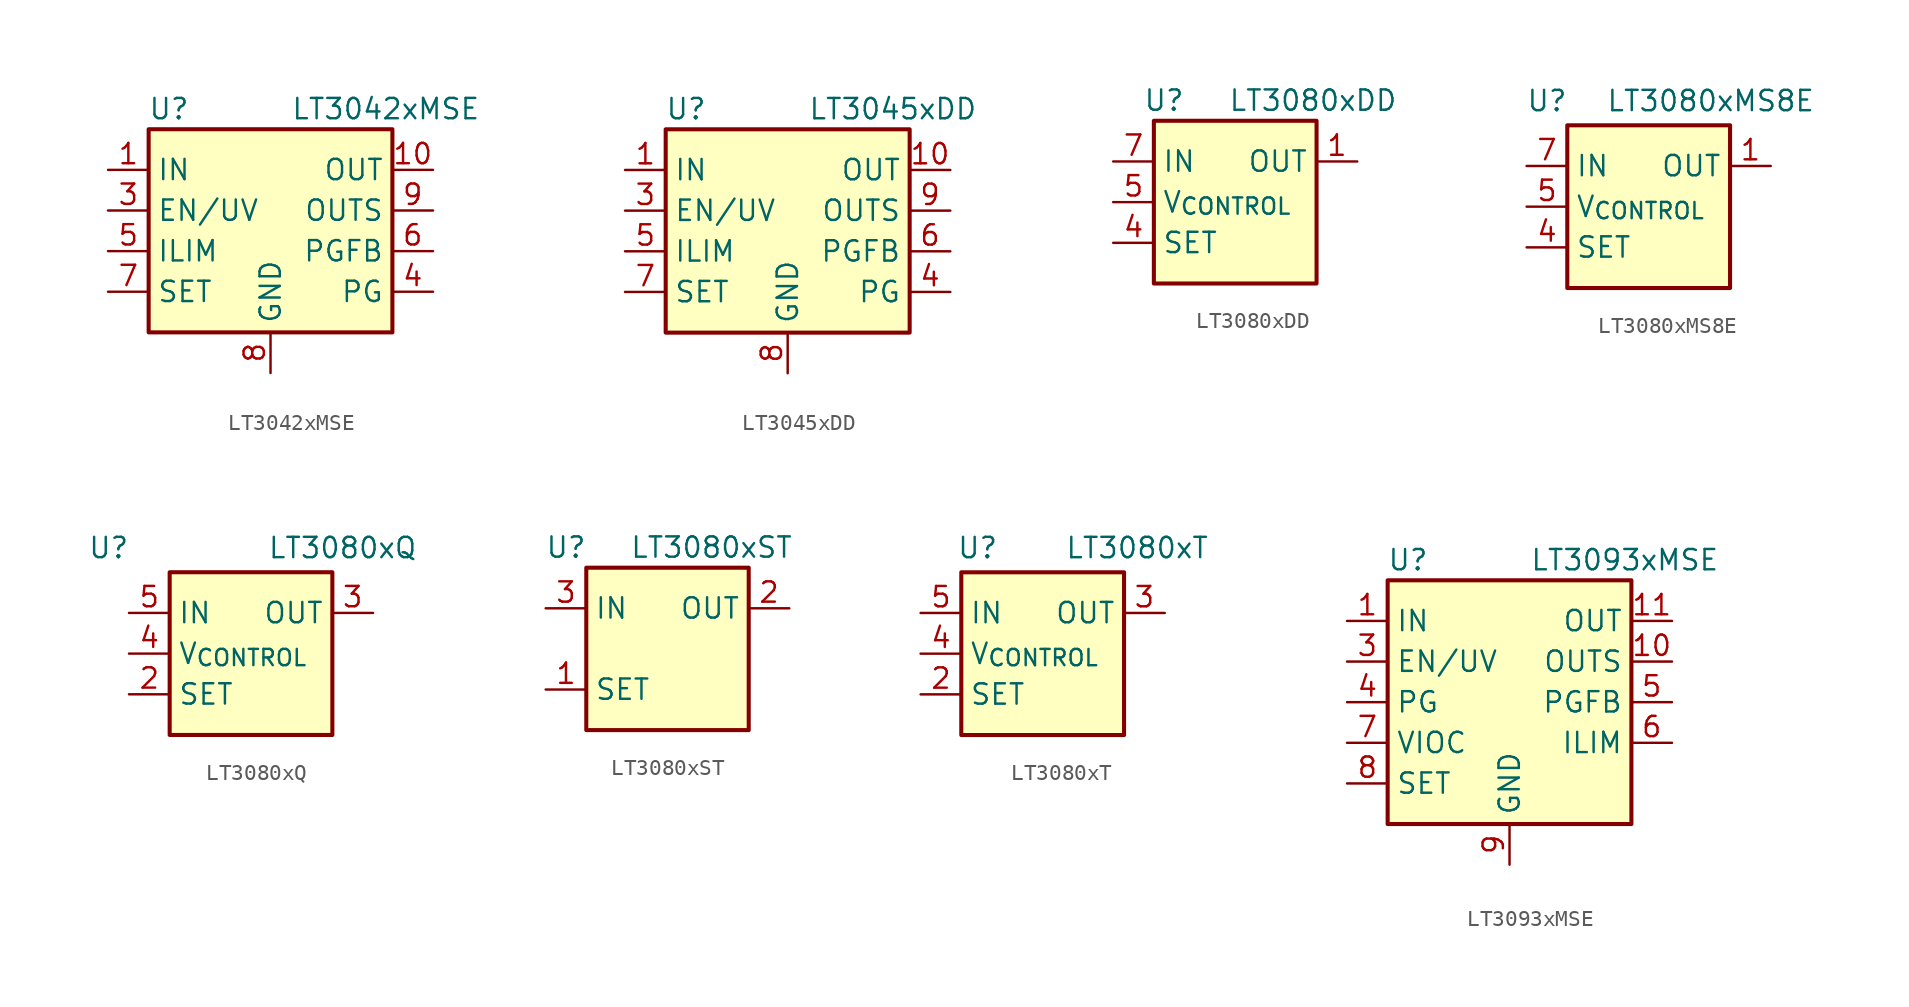
<source format=kicad_sym>
(kicad_symbol_lib
  (version 20241209)
  (generator "kicad_symbol_editor")
  (generator_version "9.0")
  (symbol "LT3042xMSE"
    (property "Reference" "U"
      (at -6.35 6.35 0)
      (effects (font (size 1.27 1.27))))
    (property "Value" "LT3042xMSE"
      (at 1.27 6.35 0)
      (effects (font (size 1.27 1.27)) (justify left)))
    (symbol "LT3042xMSE_0_1"
      (rectangle (start -7.62 5.08) (end 7.62 -7.62) (stroke (width 0.254) (type default)) (fill (type background))))
    (symbol "LT3042xMSE_1_1"
      (pin power_in line (at -10.16 2.54 0) (length 2.54) (name "IN" (effects (font (size 1.27 1.27)))) (number "1" (effects (font (size 1.27 1.27)))))
      (pin passive line (at -10.16 2.54 0) (length 2.54) (hide yes) (name "IN" (effects (font (size 1.27 1.27)))) (number "2" (effects (font (size 1.27 1.27)))))
      (pin input line (at -10.16 0 0) (length 2.54) (name "EN/UV" (effects (font (size 1.27 1.27)))) (number "3" (effects (font (size 1.27 1.27)))))
      (pin passive line (at -10.16 -2.54 0) (length 2.54) (name "ILIM" (effects (font (size 1.27 1.27)))) (number "5" (effects (font (size 1.27 1.27)))))
      (pin passive line (at -10.16 -5.08 0) (length 2.54) (name "SET" (effects (font (size 1.27 1.27)))) (number "7" (effects (font (size 1.27 1.27)))))
      (pin passive line (at 0 -10.16 90) (length 2.54) (hide yes) (name "GND" (effects (font (size 1.27 1.27)))) (number "11" (effects (font (size 1.27 1.27)))))
      (pin power_in line (at 0 -10.16 90) (length 2.54) (name "GND" (effects (font (size 1.27 1.27)))) (number "8" (effects (font (size 1.27 1.27)))))
      (pin power_out line (at 10.16 2.54 180) (length 2.54) (name "OUT" (effects (font (size 1.27 1.27)))) (number "10" (effects (font (size 1.27 1.27)))))
      (pin input line (at 10.16 0 180) (length 2.54) (name "OUTS" (effects (font (size 1.27 1.27)))) (number "9" (effects (font (size 1.27 1.27)))))
      (pin input line (at 10.16 -2.54 180) (length 2.54) (name "PGFB" (effects (font (size 1.27 1.27)))) (number "6" (effects (font (size 1.27 1.27)))))
      (pin open_collector line (at 10.16 -5.08 180) (length 2.54) (name "PG" (effects (font (size 1.27 1.27)))) (number "4" (effects (font (size 1.27 1.27)))))))
  (symbol "LT3045xDD"
    (property "Reference" "U"
      (at -6.35 6.35 0)
      (effects (font (size 1.27 1.27))))
    (property "Value" "LT3045xDD"
      (at 1.27 6.35 0)
      (effects (font (size 1.27 1.27)) (justify left)))
    (symbol "LT3045xDD_0_1"
      (rectangle (start -7.62 5.08) (end 7.62 -7.62) (stroke (width 0.254) (type default)) (fill (type background))))
    (symbol "LT3045xDD_1_1"
      (pin power_in line (at -10.16 2.54 0) (length 2.54) (name "IN" (effects (font (size 1.27 1.27)))) (number "1" (effects (font (size 1.27 1.27)))))
      (pin passive line (at -10.16 2.54 0) (length 2.54) (hide yes) (name "IN" (effects (font (size 1.27 1.27)))) (number "2" (effects (font (size 1.27 1.27)))))
      (pin input line (at -10.16 0 0) (length 2.54) (name "EN/UV" (effects (font (size 1.27 1.27)))) (number "3" (effects (font (size 1.27 1.27)))))
      (pin passive line (at -10.16 -2.54 0) (length 2.54) (name "ILIM" (effects (font (size 1.27 1.27)))) (number "5" (effects (font (size 1.27 1.27)))))
      (pin passive line (at -10.16 -5.08 0) (length 2.54) (name "SET" (effects (font (size 1.27 1.27)))) (number "7" (effects (font (size 1.27 1.27)))))
      (pin passive line (at 0 -10.16 90) (length 2.54) (hide yes) (name "GND" (effects (font (size 1.27 1.27)))) (number "11" (effects (font (size 1.27 1.27)))))
      (pin power_in line (at 0 -10.16 90) (length 2.54) (name "GND" (effects (font (size 1.27 1.27)))) (number "8" (effects (font (size 1.27 1.27)))))
      (pin power_out line (at 10.16 2.54 180) (length 2.54) (name "OUT" (effects (font (size 1.27 1.27)))) (number "10" (effects (font (size 1.27 1.27)))))
      (pin input line (at 10.16 0 180) (length 2.54) (name "OUTS" (effects (font (size 1.27 1.27)))) (number "9" (effects (font (size 1.27 1.27)))))
      (pin input line (at 10.16 -2.54 180) (length 2.54) (name "PGFB" (effects (font (size 1.27 1.27)))) (number "6" (effects (font (size 1.27 1.27)))))
      (pin open_collector line (at 10.16 -5.08 180) (length 2.54) (name "PG" (effects (font (size 1.27 1.27)))) (number "4" (effects (font (size 1.27 1.27)))))))
  (symbol "LT3080xDD"
    (property "Reference" "U"
      (at -4.445 6.35 0)
      (effects (font (size 1.27 1.27))))
    (property "Value" "LT3080xDD"
      (at 10.16 6.35 0)
      (effects (font (size 1.27 1.27)) (justify right)))
    (symbol "LT3080xDD_0_1"
      (rectangle (start -5.08 5.08) (end 5.08 -5.08) (stroke (width 0.254) (type default)) (fill (type background))))
    (symbol "LT3080xDD_1_1"
      (pin power_in line (at -7.62 2.54 0) (length 2.54) (name "IN" (effects (font (size 1.27 1.27)))) (number "7" (effects (font (size 1.27 1.27)))))
      (pin passive line (at -7.62 2.54 0) (length 2.54) (hide yes) (name "IN" (effects (font (size 1.27 1.27)))) (number "8" (effects (font (size 1.27 1.27)))))
      (pin input line (at -7.62 0 0) (length 2.54) (name "V_{CONTROL}" (effects (font (size 1.27 1.27)))) (number "5" (effects (font (size 1.27 1.27)))))
      (pin input line (at -7.62 -2.54 0) (length 2.54) (name "SET" (effects (font (size 1.27 1.27)))) (number "4" (effects (font (size 1.27 1.27)))))
      (pin no_connect line (at 5.08 -2.54 180) (length 2.54) (hide yes) (name "NC" (effects (font (size 1.27 1.27)))) (number "6" (effects (font (size 1.27 1.27)))))
      (pin power_out line (at 7.62 2.54 180) (length 2.54) (name "OUT" (effects (font (size 1.27 1.27)))) (number "1" (effects (font (size 1.27 1.27)))))
      (pin passive line (at 7.62 2.54 180) (length 2.54) (hide yes) (name "OUT" (effects (font (size 1.27 1.27)))) (number "2" (effects (font (size 1.27 1.27)))))
      (pin passive line (at 7.62 2.54 180) (length 2.54) (hide yes) (name "OUT" (effects (font (size 1.27 1.27)))) (number "3" (effects (font (size 1.27 1.27)))))
      (pin passive line (at 7.62 2.54 180) (length 2.54) (hide yes) (name "OUT" (effects (font (size 1.27 1.27)))) (number "9" (effects (font (size 1.27 1.27)))))))
  (symbol "LT3080xMS8E"
    (property "Reference" "U"
      (at -6.35 6.604 0)
      (effects (font (size 1.27 1.27))))
    (property "Value" "LT3080xMS8E"
      (at 10.414 6.604 0)
      (effects (font (size 1.27 1.27)) (justify right)))
    (symbol "LT3080xMS8E_0_1"
      (rectangle (start -5.08 5.08) (end 5.08 -5.08) (stroke (width 0.254) (type default)) (fill (type background))))
    (symbol "LT3080xMS8E_1_1"
      (pin power_in line (at -7.62 2.54 0) (length 2.54) (name "IN" (effects (font (size 1.27 1.27)))) (number "7" (effects (font (size 1.27 1.27)))))
      (pin passive line (at -7.62 2.54 0) (length 2.54) (hide yes) (name "IN" (effects (font (size 1.27 1.27)))) (number "8" (effects (font (size 1.27 1.27)))))
      (pin input line (at -7.62 0 0) (length 2.54) (name "V_{CONTROL}" (effects (font (size 1.27 1.27)))) (number "5" (effects (font (size 1.27 1.27)))))
      (pin input line (at -7.62 -2.54 0) (length 2.54) (name "SET" (effects (font (size 1.27 1.27)))) (number "4" (effects (font (size 1.27 1.27)))))
      (pin no_connect line (at 5.08 -2.54 180) (length 2.54) (hide yes) (name "NC" (effects (font (size 1.27 1.27)))) (number "6" (effects (font (size 1.27 1.27)))))
      (pin power_out line (at 7.62 2.54 180) (length 2.54) (name "OUT" (effects (font (size 1.27 1.27)))) (number "1" (effects (font (size 1.27 1.27)))))
      (pin passive line (at 7.62 2.54 180) (length 2.54) (hide yes) (name "OUT" (effects (font (size 1.27 1.27)))) (number "2" (effects (font (size 1.27 1.27)))))
      (pin passive line (at 7.62 2.54 180) (length 2.54) (hide yes) (name "OUT" (effects (font (size 1.27 1.27)))) (number "3" (effects (font (size 1.27 1.27)))))
      (pin passive line (at 7.62 2.54 180) (length 2.54) (hide yes) (name "OUT" (effects (font (size 1.27 1.27)))) (number "9" (effects (font (size 1.27 1.27)))))))
  (symbol "LT3080xQ"
    (property "Reference" "U"
      (at -8.89 6.604 0)
      (effects (font (size 1.27 1.27))))
    (property "Value" "LT3080xQ"
      (at 10.414 6.604 0)
      (effects (font (size 1.27 1.27)) (justify right)))
    (symbol "LT3080xQ_0_1"
      (rectangle (start -5.08 5.08) (end 5.08 -5.08) (stroke (width 0.254) (type default)) (fill (type background))))
    (symbol "LT3080xQ_1_1"
      (pin power_in line (at -7.62 2.54 0) (length 2.54) (name "IN" (effects (font (size 1.27 1.27)))) (number "5" (effects (font (size 1.27 1.27)))))
      (pin input line (at -7.62 0 0) (length 2.54) (name "V_{CONTROL}" (effects (font (size 1.27 1.27)))) (number "4" (effects (font (size 1.27 1.27)))))
      (pin input line (at -7.62 -2.54 0) (length 2.54) (name "SET" (effects (font (size 1.27 1.27)))) (number "2" (effects (font (size 1.27 1.27)))))
      (pin no_connect line (at 5.08 -2.54 180) (length 2.54) (hide yes) (name "NC" (effects (font (size 1.27 1.27)))) (number "1" (effects (font (size 1.27 1.27)))))
      (pin power_out line (at 7.62 2.54 180) (length 2.54) (name "OUT" (effects (font (size 1.27 1.27)))) (number "3" (effects (font (size 1.27 1.27)))))
      (pin passive line (at 7.62 2.54 180) (length 2.54) (hide yes) (name "OUT" (effects (font (size 1.27 1.27)))) (number "6" (effects (font (size 1.27 1.27)))))))
  (symbol "LT3080xST"
    (property "Reference" "U"
      (at -6.35 6.35 0)
      (effects (font (size 1.27 1.27))))
    (property "Value" "LT3080xST"
      (at 7.874 6.35 0)
      (effects (font (size 1.27 1.27)) (justify right)))
    (symbol "LT3080xST_0_1"
      (rectangle (start -5.08 5.08) (end 5.08 -5.08) (stroke (width 0.254) (type default)) (fill (type background))))
    (symbol "LT3080xST_1_1"
      (pin power_in line (at -7.62 2.54 0) (length 2.54) (name "IN" (effects (font (size 1.27 1.27)))) (number "3" (effects (font (size 1.27 1.27)))))
      (pin input line (at -7.62 -2.54 0) (length 2.54) (name "SET" (effects (font (size 1.27 1.27)))) (number "1" (effects (font (size 1.27 1.27)))))
      (pin power_out line (at 7.62 2.54 180) (length 2.54) (name "OUT" (effects (font (size 1.27 1.27)))) (number "2" (effects (font (size 1.27 1.27)))))
      (pin passive line (at 7.62 2.54 180) (length 2.54) (hide yes) (name "OUT" (effects (font (size 1.27 1.27)))) (number "4" (effects (font (size 1.27 1.27)))))))
  (symbol "LT3080xT"
    (property "Reference" "U"
      (at -4.064 6.604 0)
      (effects (font (size 1.27 1.27))))
    (property "Value" "LT3080xT"
      (at 10.414 6.604 0)
      (effects (font (size 1.27 1.27)) (justify right)))
    (symbol "LT3080xT_0_1"
      (rectangle (start -5.08 5.08) (end 5.08 -5.08) (stroke (width 0.254) (type default)) (fill (type background))))
    (symbol "LT3080xT_1_1"
      (pin power_in line (at -7.62 2.54 0) (length 2.54) (name "IN" (effects (font (size 1.27 1.27)))) (number "5" (effects (font (size 1.27 1.27)))))
      (pin input line (at -7.62 0 0) (length 2.54) (name "V_{CONTROL}" (effects (font (size 1.27 1.27)))) (number "4" (effects (font (size 1.27 1.27)))))
      (pin input line (at -7.62 -2.54 0) (length 2.54) (name "SET" (effects (font (size 1.27 1.27)))) (number "2" (effects (font (size 1.27 1.27)))))
      (pin no_connect line (at 5.08 -2.54 180) (length 2.54) (hide yes) (name "NC" (effects (font (size 1.27 1.27)))) (number "1" (effects (font (size 1.27 1.27)))))
      (pin power_out line (at 7.62 2.54 180) (length 2.54) (name "OUT" (effects (font (size 1.27 1.27)))) (number "3" (effects (font (size 1.27 1.27)))))
      (pin passive line (at 7.62 2.54 180) (length 2.54) (hide yes) (name "OUT" (effects (font (size 1.27 1.27)))) (number "6" (effects (font (size 1.27 1.27)))))))
  (symbol "LT3093xMSE"
    (property "Reference" "U"
      (at -6.35 8.89 0)
      (effects (font (size 1.27 1.27))))
    (property "Value" "LT3093xMSE"
      (at 1.27 8.89 0)
      (effects (font (size 1.27 1.27)) (justify left)))
    (symbol "LT3093xMSE_0_0"
      (pin passive line (at -10.16 5.08 0) (length 2.54) (hide yes) (name "IN" (effects (font (size 1.27 1.27)))) (number "13" (effects (font (size 1.27 1.27)))))
      (pin passive line (at 10.16 5.08 180) (length 2.54) (hide yes) (name "OUT" (effects (font (size 1.27 1.27)))) (number "12" (effects (font (size 1.27 1.27))))))
    (symbol "LT3093xMSE_0_1"
      (rectangle (start 7.62 7.62) (end -7.62 -7.62) (stroke (width 0.254) (type default)) (fill (type background))))
    (symbol "LT3093xMSE_1_1"
      (pin power_in line (at -10.16 5.08 0) (length 2.54) (name "IN" (effects (font (size 1.27 1.27)))) (number "1" (effects (font (size 1.27 1.27)))))
      (pin passive line (at -10.16 5.08 0) (length 2.54) (hide yes) (name "IN" (effects (font (size 1.27 1.27)))) (number "2" (effects (font (size 1.27 1.27)))))
      (pin input line (at -10.16 2.54 0) (length 2.54) (name "EN/UV" (effects (font (size 1.27 1.27)))) (number "3" (effects (font (size 1.27 1.27)))))
      (pin open_collector line (at -10.16 0 0) (length 2.54) (name "PG" (effects (font (size 1.27 1.27)))) (number "4" (effects (font (size 1.27 1.27)))))
      (pin passive line (at -10.16 -2.54 0) (length 2.54) (name "VIOC" (effects (font (size 1.27 1.27)))) (number "7" (effects (font (size 1.27 1.27)))))
      (pin passive line (at -10.16 -5.08 0) (length 2.54) (name "SET" (effects (font (size 1.27 1.27)))) (number "8" (effects (font (size 1.27 1.27)))))
      (pin power_in line (at 0 -10.16 90) (length 2.54) (name "GND" (effects (font (size 1.27 1.27)))) (number "9" (effects (font (size 1.27 1.27)))))
      (pin power_out line (at 10.16 5.08 180) (length 2.54) (name "OUT" (effects (font (size 1.27 1.27)))) (number "11" (effects (font (size 1.27 1.27)))))
      (pin input line (at 10.16 2.54 180) (length 2.54) (name "OUTS" (effects (font (size 1.27 1.27)))) (number "10" (effects (font (size 1.27 1.27)))))
      (pin input line (at 10.16 0 180) (length 2.54) (name "PGFB" (effects (font (size 1.27 1.27)))) (number "5" (effects (font (size 1.27 1.27)))))
      (pin passive line (at 10.16 -2.54 180) (length 2.54) (name "ILIM" (effects (font (size 1.27 1.27)))) (number "6" (effects (font (size 1.27 1.27))))))))
</source>
